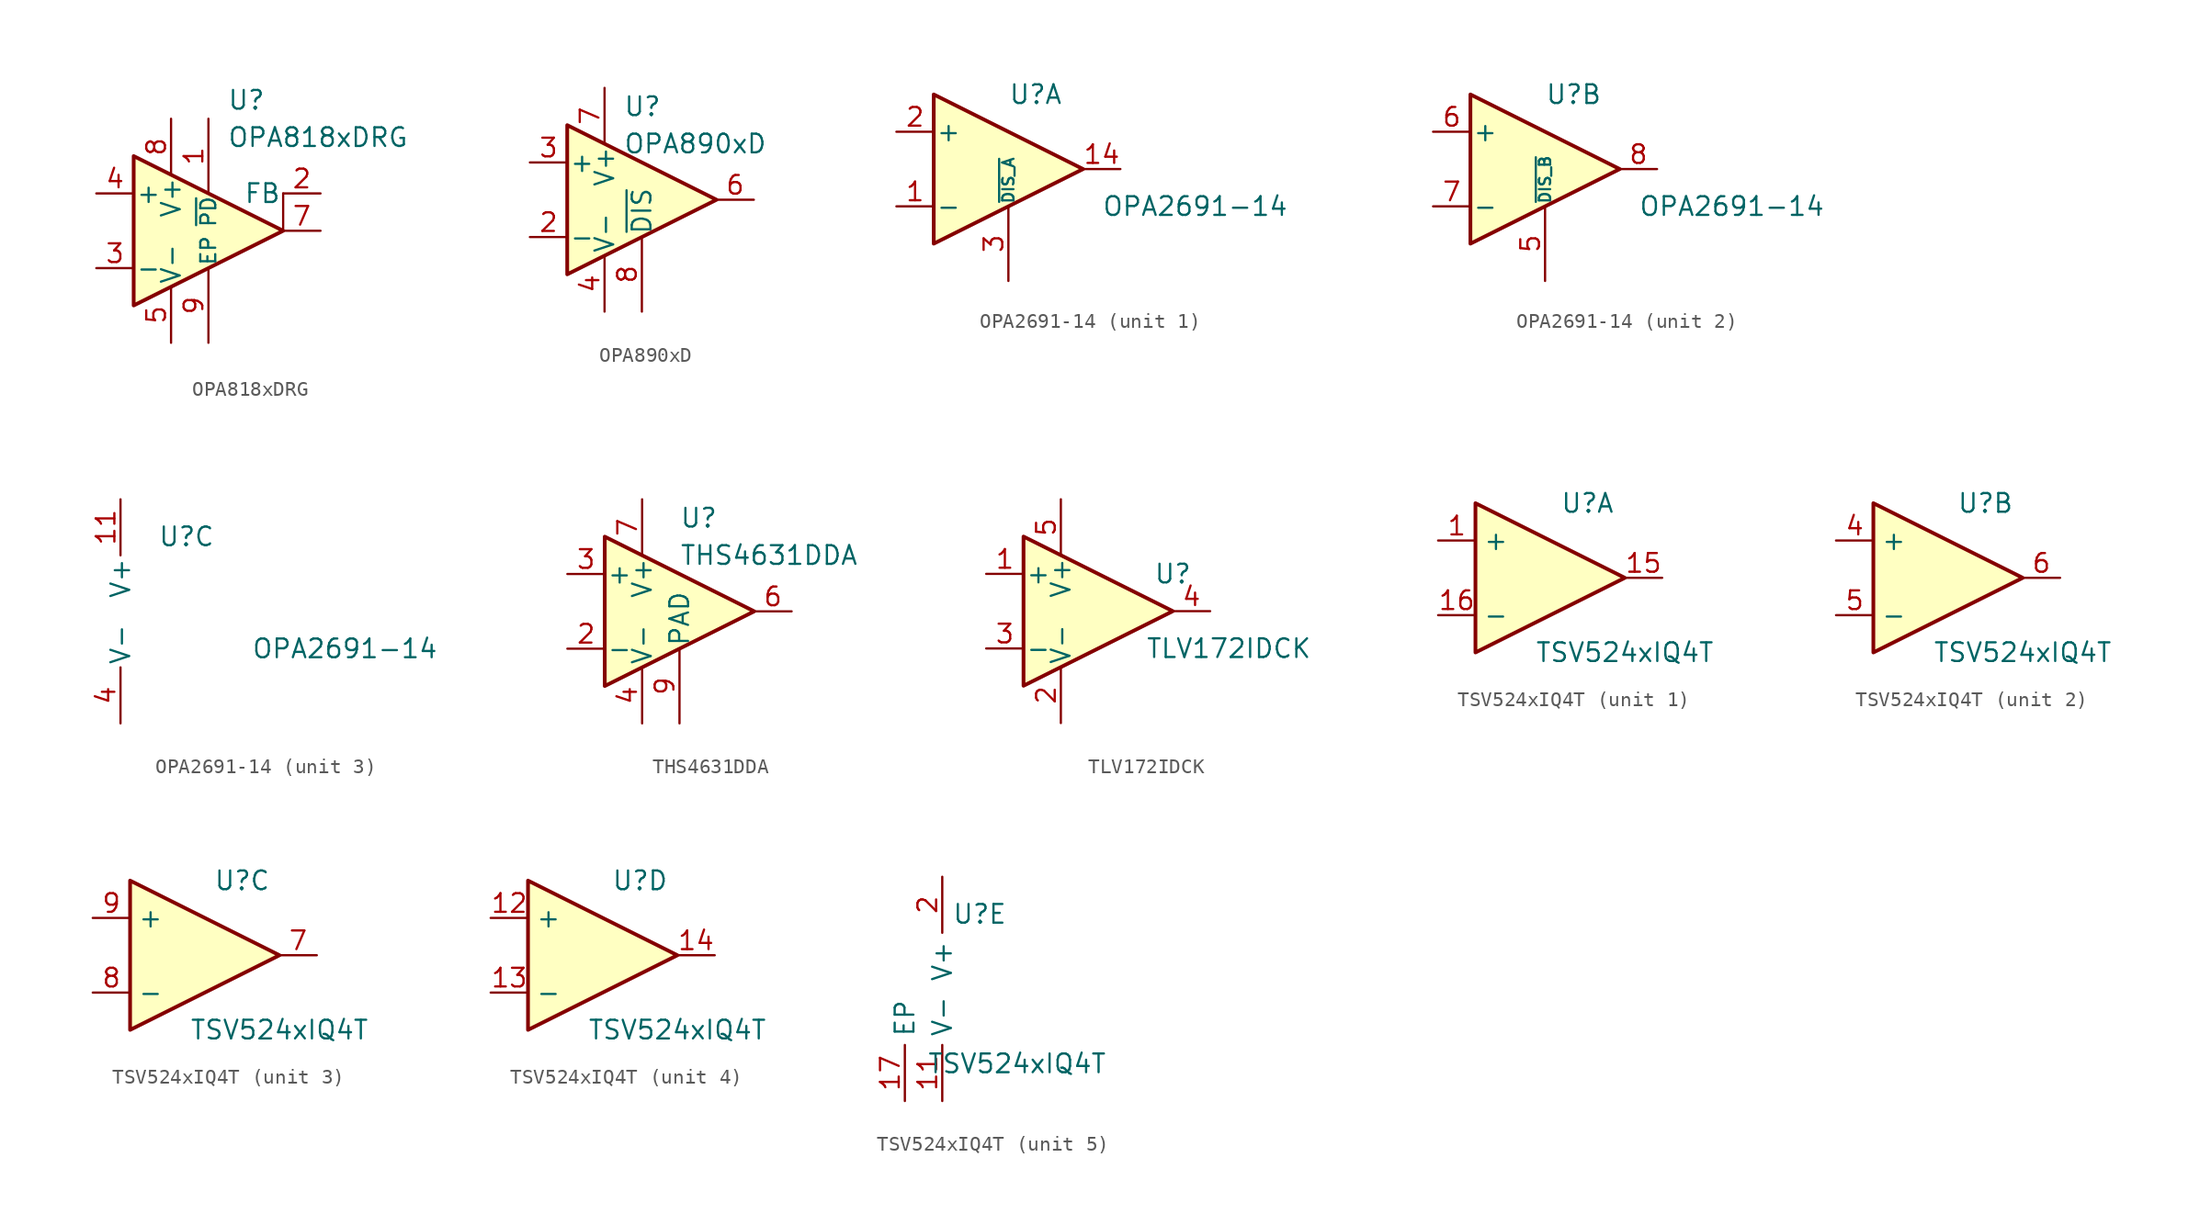
<source format=kicad_sym>
(kicad_symbol_lib
  (version 20211014)
  (generator kicad_symbol_editor)
  (symbol "OPA818xDRG"
    (pin_names
      (offset 0.127))
    (property "Reference" "U"
      (at 1.27 8.89 0)
      (effects (font (size 1.27 1.27)) (justify left)))
    (property "Value" "OPA818xDRG"
      (at 1.27 6.35 0)
      (effects (font (size 1.27 1.27)) (justify left)))
    (symbol "OPA818xDRG_0_0"
      (pin input line (at 0 7.62 270) (length 5.08) (name "~{PD}" (effects (font (size 1.016 1.016)))) (number "1" (effects (font (size 1.27 1.27)))))
      (pin power_in line (at -2.54 7.62 270) (length 3.81) (name "V+" (effects (font (size 1.27 1.27)))) (number "8" (effects (font (size 1.27 1.27)))))
      (pin passive line (at 0 -7.62 90) (length 5.08) (name "EP" (effects (font (size 1.016 1.016)))) (number "9" (effects (font (size 1.27 1.27))))))
    (symbol "OPA818xDRG_0_1"
      (polyline (pts (xy 5.08 0) (xy 5.08 2.54)) (stroke (width 0.152) (type default) (color 0 0 0 0)) (fill (type none)))
      (polyline (pts (xy -5.08 5.08) (xy 5.08 0) (xy -5.08 -5.08) (xy -5.08 5.08)) (stroke (width 0.254) (type default) (color 0 0 0 0)) (fill (type background)))
      (pin no_connect line (at -5.08 -5.08 90) (length 3.81) hide (name "NC" (effects (font (size 1.27 1.27)))) (number "6" (effects (font (size 1.27 1.27)))))
      (pin output line (at 7.62 0 180) (length 2.54) (name "~" (effects (font (size 1.27 1.27)))) (number "7" (effects (font (size 1.27 1.27))))))
    (symbol "OPA818xDRG_1_1"
      (pin output line (at 7.62 2.54 180) (length 2.54) (name "FB" (effects (font (size 1.27 1.27)))) (number "2" (effects (font (size 1.27 1.27)))))
      (pin input line (at -7.62 -2.54 0) (length 2.54) (name "-" (effects (font (size 1.27 1.27)))) (number "3" (effects (font (size 1.27 1.27)))))
      (pin input line (at -7.62 2.54 0) (length 2.54) (name "+" (effects (font (size 1.27 1.27)))) (number "4" (effects (font (size 1.27 1.27)))))
      (pin power_in line (at -2.54 -7.62 90) (length 3.81) (name "V-" (effects (font (size 1.27 1.27)))) (number "5" (effects (font (size 1.27 1.27)))))))
  (symbol "OPA890xD"
    (pin_names
      (offset 0.127))
    (property "Reference" "U"
      (at -1.27 6.35 0)
      (effects (font (size 1.27 1.27)) (justify left)))
    (property "Value" "OPA890xD"
      (at -1.27 3.81 0)
      (effects (font (size 1.27 1.27)) (justify left)))
    (symbol "OPA890xD_0_1"
      (polyline (pts (xy -5.08 5.08) (xy 5.08 0) (xy -5.08 -5.08) (xy -5.08 5.08)) (stroke (width 0.254) (type default) (color 0 0 0 0)) (fill (type background)))
      (pin power_in line (at -2.54 -7.62 90) (length 3.81) (name "V-" (effects (font (size 1.27 1.27)))) (number "4" (effects (font (size 1.27 1.27)))))
      (pin power_in line (at -2.54 7.62 270) (length 3.81) (name "V+" (effects (font (size 1.27 1.27)))) (number "7" (effects (font (size 1.27 1.27))))))
    (symbol "OPA890xD_1_1"
      (pin no_connect line (at -5.08 5.08 270) (length 2.54) hide (name "NC" (effects (font (size 1.27 1.27)))) (number "1" (effects (font (size 1.27 1.27)))))
      (pin input line (at -7.62 -2.54 0) (length 2.54) (name "-" (effects (font (size 1.27 1.27)))) (number "2" (effects (font (size 1.27 1.27)))))
      (pin input line (at -7.62 2.54 0) (length 2.54) (name "+" (effects (font (size 1.27 1.27)))) (number "3" (effects (font (size 1.27 1.27)))))
      (pin no_connect line (at -5.08 -5.08 90) (length 3.81) hide (name "NC" (effects (font (size 1.27 1.27)))) (number "5" (effects (font (size 1.27 1.27)))))
      (pin output line (at 7.62 0 180) (length 2.54) (name "~" (effects (font (size 1.27 1.27)))) (number "6" (effects (font (size 1.27 1.27)))))
      (pin input line (at 0 -7.62 90) (length 5.08) (name "~{DIS}" (effects (font (size 1.27 1.27)))) (number "8" (effects (font (size 1.27 1.27)))))))
  (symbol "OPA2691-14"
    (pin_names
      (offset 0.127))
    (property "Reference" "U"
      (at 0 5.08 0)
      (effects (font (size 1.27 1.27)) (justify left)))
    (property "Value" "OPA2691-14"
      (at 6.35 -2.54 0)
      (effects (font (size 1.27 1.27)) (justify left)))
    (property "ki_locked" ""
      (at 0 0 0)
      (effects (font (size 1.27 1.27))))
    (symbol "OPA2691-14_1_1"
      (polyline (pts (xy -5.08 5.08) (xy 5.08 0) (xy -5.08 -5.08) (xy -5.08 5.08)) (stroke (width 0.254) (type default) (color 0 0 0 0)) (fill (type background)))
      (pin input line (at -7.62 -2.54 0) (length 2.54) (name "-" (effects (font (size 1.27 1.27)))) (number "1" (effects (font (size 1.27 1.27)))))
      (pin no_connect line (at 0 -2.54 90) (length 2.54) hide (name "NC" (effects (font (size 1.27 1.27)))) (number "10" (effects (font (size 1.27 1.27)))))
      (pin output line (at 7.62 0 180) (length 2.54) (name "~" (effects (font (size 1.27 1.27)))) (number "14" (effects (font (size 1.27 1.27)))))
      (pin input line (at -7.62 2.54 0) (length 2.54) (name "+" (effects (font (size 1.27 1.27)))) (number "2" (effects (font (size 1.27 1.27)))))
      (pin input line (at 0 -7.62 90) (length 5.08) (name "~{DIS_A}" (effects (font (size 0.762 0.762)))) (number "3" (effects (font (size 1.27 1.27)))))
      (pin no_connect line (at -2.54 -2.54 90) (length 2.54) hide (name "NC" (effects (font (size 1.27 1.27)))) (number "9" (effects (font (size 1.27 1.27))))))
    (symbol "OPA2691-14_2_1"
      (polyline (pts (xy -5.08 5.08) (xy 5.08 0) (xy -5.08 -5.08) (xy -5.08 5.08)) (stroke (width 0.254) (type default) (color 0 0 0 0)) (fill (type background)))
      (pin no_connect line (at -2.54 -2.54 90) (length 2.54) hide (name "NC" (effects (font (size 1.27 1.27)))) (number "12" (effects (font (size 1.27 1.27)))))
      (pin no_connect line (at 0 -2.54 90) (length 2.54) hide (name "NC" (effects (font (size 1.27 1.27)))) (number "13" (effects (font (size 1.27 1.27)))))
      (pin input line (at 0 -7.62 90) (length 5.08) (name "~{DIS_B}" (effects (font (size 0.762 0.762)))) (number "5" (effects (font (size 1.27 1.27)))))
      (pin input line (at -7.62 2.54 0) (length 2.54) (name "+" (effects (font (size 1.27 1.27)))) (number "6" (effects (font (size 1.27 1.27)))))
      (pin input line (at -7.62 -2.54 0) (length 2.54) (name "-" (effects (font (size 1.27 1.27)))) (number "7" (effects (font (size 1.27 1.27)))))
      (pin output line (at 7.62 0 180) (length 2.54) (name "~" (effects (font (size 1.27 1.27)))) (number "8" (effects (font (size 1.27 1.27))))))
    (symbol "OPA2691-14_3_1"
      (pin power_in line (at -2.54 7.62 270) (length 3.81) (name "V+" (effects (font (size 1.27 1.27)))) (number "11" (effects (font (size 1.27 1.27)))))
      (pin power_in line (at -2.54 -7.62 90) (length 3.81) (name "V-" (effects (font (size 1.27 1.27)))) (number "4" (effects (font (size 1.27 1.27)))))))
  (symbol "THS4631DDA"
    (pin_names
      (offset 0.127))
    (property "Reference" "U"
      (at 0 6.35 0)
      (effects (font (size 1.27 1.27)) (justify left)))
    (property "Value" "THS4631DDA"
      (at 0 3.81 0)
      (effects (font (size 1.27 1.27)) (justify left)))
    (symbol "THS4631DDA_0_1"
      (polyline (pts (xy -5.08 5.08) (xy 5.08 0) (xy -5.08 -5.08) (xy -5.08 5.08)) (stroke (width 0.254) (type default) (color 0 0 0 0)) (fill (type background))))
    (symbol "THS4631DDA_1_1"
      (pin no_connect line (at -2.54 2.54 270) (length 2.54) hide (name "NC" (effects (font (size 1.27 1.27)))) (number "1" (effects (font (size 1.27 1.27)))))
      (pin input line (at -7.62 -2.54 0) (length 2.54) (name "-" (effects (font (size 1.27 1.27)))) (number "2" (effects (font (size 1.27 1.27)))))
      (pin input line (at -7.62 2.54 0) (length 2.54) (name "+" (effects (font (size 1.27 1.27)))) (number "3" (effects (font (size 1.27 1.27)))))
      (pin power_in line (at -2.54 -7.62 90) (length 3.81) (name "V-" (effects (font (size 1.27 1.27)))) (number "4" (effects (font (size 1.27 1.27)))))
      (pin no_connect line (at 0 2.54 270) (length 2.54) hide (name "NC" (effects (font (size 1.27 1.27)))) (number "5" (effects (font (size 1.27 1.27)))))
      (pin output line (at 7.62 0 180) (length 2.54) (name "~" (effects (font (size 1.27 1.27)))) (number "6" (effects (font (size 1.27 1.27)))))
      (pin power_in line (at -2.54 7.62 270) (length 3.81) (name "V+" (effects (font (size 1.27 1.27)))) (number "7" (effects (font (size 1.27 1.27)))))
      (pin no_connect line (at 0 -2.54 90) (length 2.54) hide (name "NC" (effects (font (size 1.27 1.27)))) (number "8" (effects (font (size 1.27 1.27)))))
      (pin passive line (at 0 -7.62 90) (length 5.08) (name "PAD" (effects (font (size 1.27 1.27)))) (number "9" (effects (font (size 1.27 1.27)))))))
  (symbol "TLV172IDCK"
    (pin_names
      (offset 0.127))
    (property "Reference" "U"
      (at 7.62 2.54 0)
      (effects (font (size 1.27 1.27))))
    (property "Value" "TLV172IDCK"
      (at 11.43 -2.54 0)
      (effects (font (size 1.27 1.27))))
    (symbol "TLV172IDCK_0_1"
      (polyline (pts (xy -2.54 5.08) (xy -2.54 -5.08) (xy 7.62 0) (xy -2.54 5.08)) (stroke (width 0.254) (type default) (color 0 0 0 0)) (fill (type background))))
    (symbol "TLV172IDCK_1_1"
      (pin input line (at -5.08 2.54 0) (length 2.54) (name "+" (effects (font (size 1.27 1.27)))) (number "1" (effects (font (size 1.27 1.27)))))
      (pin power_in line (at 0 -7.62 90) (length 3.81) (name "V-" (effects (font (size 1.27 1.27)))) (number "2" (effects (font (size 1.27 1.27)))))
      (pin input line (at -5.08 -2.54 0) (length 2.54) (name "-" (effects (font (size 1.27 1.27)))) (number "3" (effects (font (size 1.27 1.27)))))
      (pin output line (at 10.16 0 180) (length 2.54) (name "~" (effects (font (size 1.27 1.27)))) (number "4" (effects (font (size 1.27 1.27)))))
      (pin power_in line (at 0 7.62 270) (length 3.81) (name "V+" (effects (font (size 1.27 1.27)))) (number "5" (effects (font (size 1.27 1.27)))))))
  (symbol "TSV524xIQ4T"
    (property "Reference" "U"
      (at 2.54 5.08 0)
      (effects (font (size 1.27 1.27))))
    (property "Value" "TSV524xIQ4T"
      (at 5.08 -5.08 0)
      (effects (font (size 1.27 1.27))))
    (property "ki_locked" ""
      (at 0 0 0)
      (effects (font (size 1.27 1.27))))
    (symbol "TSV524xIQ4T_1_1"
      (polyline (pts (xy -5.08 5.08) (xy 5.08 0) (xy -5.08 -5.08) (xy -5.08 5.08)) (stroke (width 0.254) (type default) (color 0 0 0 0)) (fill (type background)))
      (pin input line (at -7.62 2.54 0) (length 2.54) (name "+" (effects (font (size 1.27 1.27)))) (number "1" (effects (font (size 1.27 1.27)))))
      (pin output line (at 7.62 0 180) (length 2.54) (name "~" (effects (font (size 1.27 1.27)))) (number "15" (effects (font (size 1.27 1.27)))))
      (pin input line (at -7.62 -2.54 0) (length 2.54) (name "-" (effects (font (size 1.27 1.27)))) (number "16" (effects (font (size 1.27 1.27))))))
    (symbol "TSV524xIQ4T_2_1"
      (polyline (pts (xy -5.08 5.08) (xy 5.08 0) (xy -5.08 -5.08) (xy -5.08 5.08)) (stroke (width 0.254) (type default) (color 0 0 0 0)) (fill (type background)))
      (pin input line (at -7.62 2.54 0) (length 2.54) (name "+" (effects (font (size 1.27 1.27)))) (number "4" (effects (font (size 1.27 1.27)))))
      (pin input line (at -7.62 -2.54 0) (length 2.54) (name "-" (effects (font (size 1.27 1.27)))) (number "5" (effects (font (size 1.27 1.27)))))
      (pin output line (at 7.62 0 180) (length 2.54) (name "~" (effects (font (size 1.27 1.27)))) (number "6" (effects (font (size 1.27 1.27))))))
    (symbol "TSV524xIQ4T_3_1"
      (polyline (pts (xy -5.08 5.08) (xy 5.08 0) (xy -5.08 -5.08) (xy -5.08 5.08)) (stroke (width 0.254) (type default) (color 0 0 0 0)) (fill (type background)))
      (pin output line (at 7.62 0 180) (length 2.54) (name "~" (effects (font (size 1.27 1.27)))) (number "7" (effects (font (size 1.27 1.27)))))
      (pin input line (at -7.62 -2.54 0) (length 2.54) (name "-" (effects (font (size 1.27 1.27)))) (number "8" (effects (font (size 1.27 1.27)))))
      (pin input line (at -7.62 2.54 0) (length 2.54) (name "+" (effects (font (size 1.27 1.27)))) (number "9" (effects (font (size 1.27 1.27))))))
    (symbol "TSV524xIQ4T_4_1"
      (polyline (pts (xy -5.08 5.08) (xy 5.08 0) (xy -5.08 -5.08) (xy -5.08 5.08)) (stroke (width 0.254) (type default) (color 0 0 0 0)) (fill (type background)))
      (pin input line (at -7.62 2.54 0) (length 2.54) (name "+" (effects (font (size 1.27 1.27)))) (number "12" (effects (font (size 1.27 1.27)))))
      (pin input line (at -7.62 -2.54 0) (length 2.54) (name "-" (effects (font (size 1.27 1.27)))) (number "13" (effects (font (size 1.27 1.27)))))
      (pin output line (at 7.62 0 180) (length 2.54) (name "~" (effects (font (size 1.27 1.27)))) (number "14" (effects (font (size 1.27 1.27))))))
    (symbol "TSV524xIQ4T_5_1"
      (pin no_connect line (at -2.54 0 0) (length 3.81) hide (name "NC" (effects (font (size 1.27 1.27)))) (number "10" (effects (font (size 1.27 1.27)))))
      (pin power_in line (at 0 -7.62 90) (length 3.81) (name "V-" (effects (font (size 1.27 1.27)))) (number "11" (effects (font (size 1.27 1.27)))))
      (pin passive line (at -2.54 -7.62 90) (length 3.81) (name "EP" (effects (font (size 1.27 1.27)))) (number "17" (effects (font (size 1.27 1.27)))))
      (pin power_in line (at 0 7.62 270) (length 3.81) (name "V+" (effects (font (size 1.27 1.27)))) (number "2" (effects (font (size 1.27 1.27)))))
      (pin no_connect line (at -2.54 2.54 0) (length 3.81) hide (name "NC" (effects (font (size 1.27 1.27)))) (number "3" (effects (font (size 1.27 1.27))))))))
</source>
